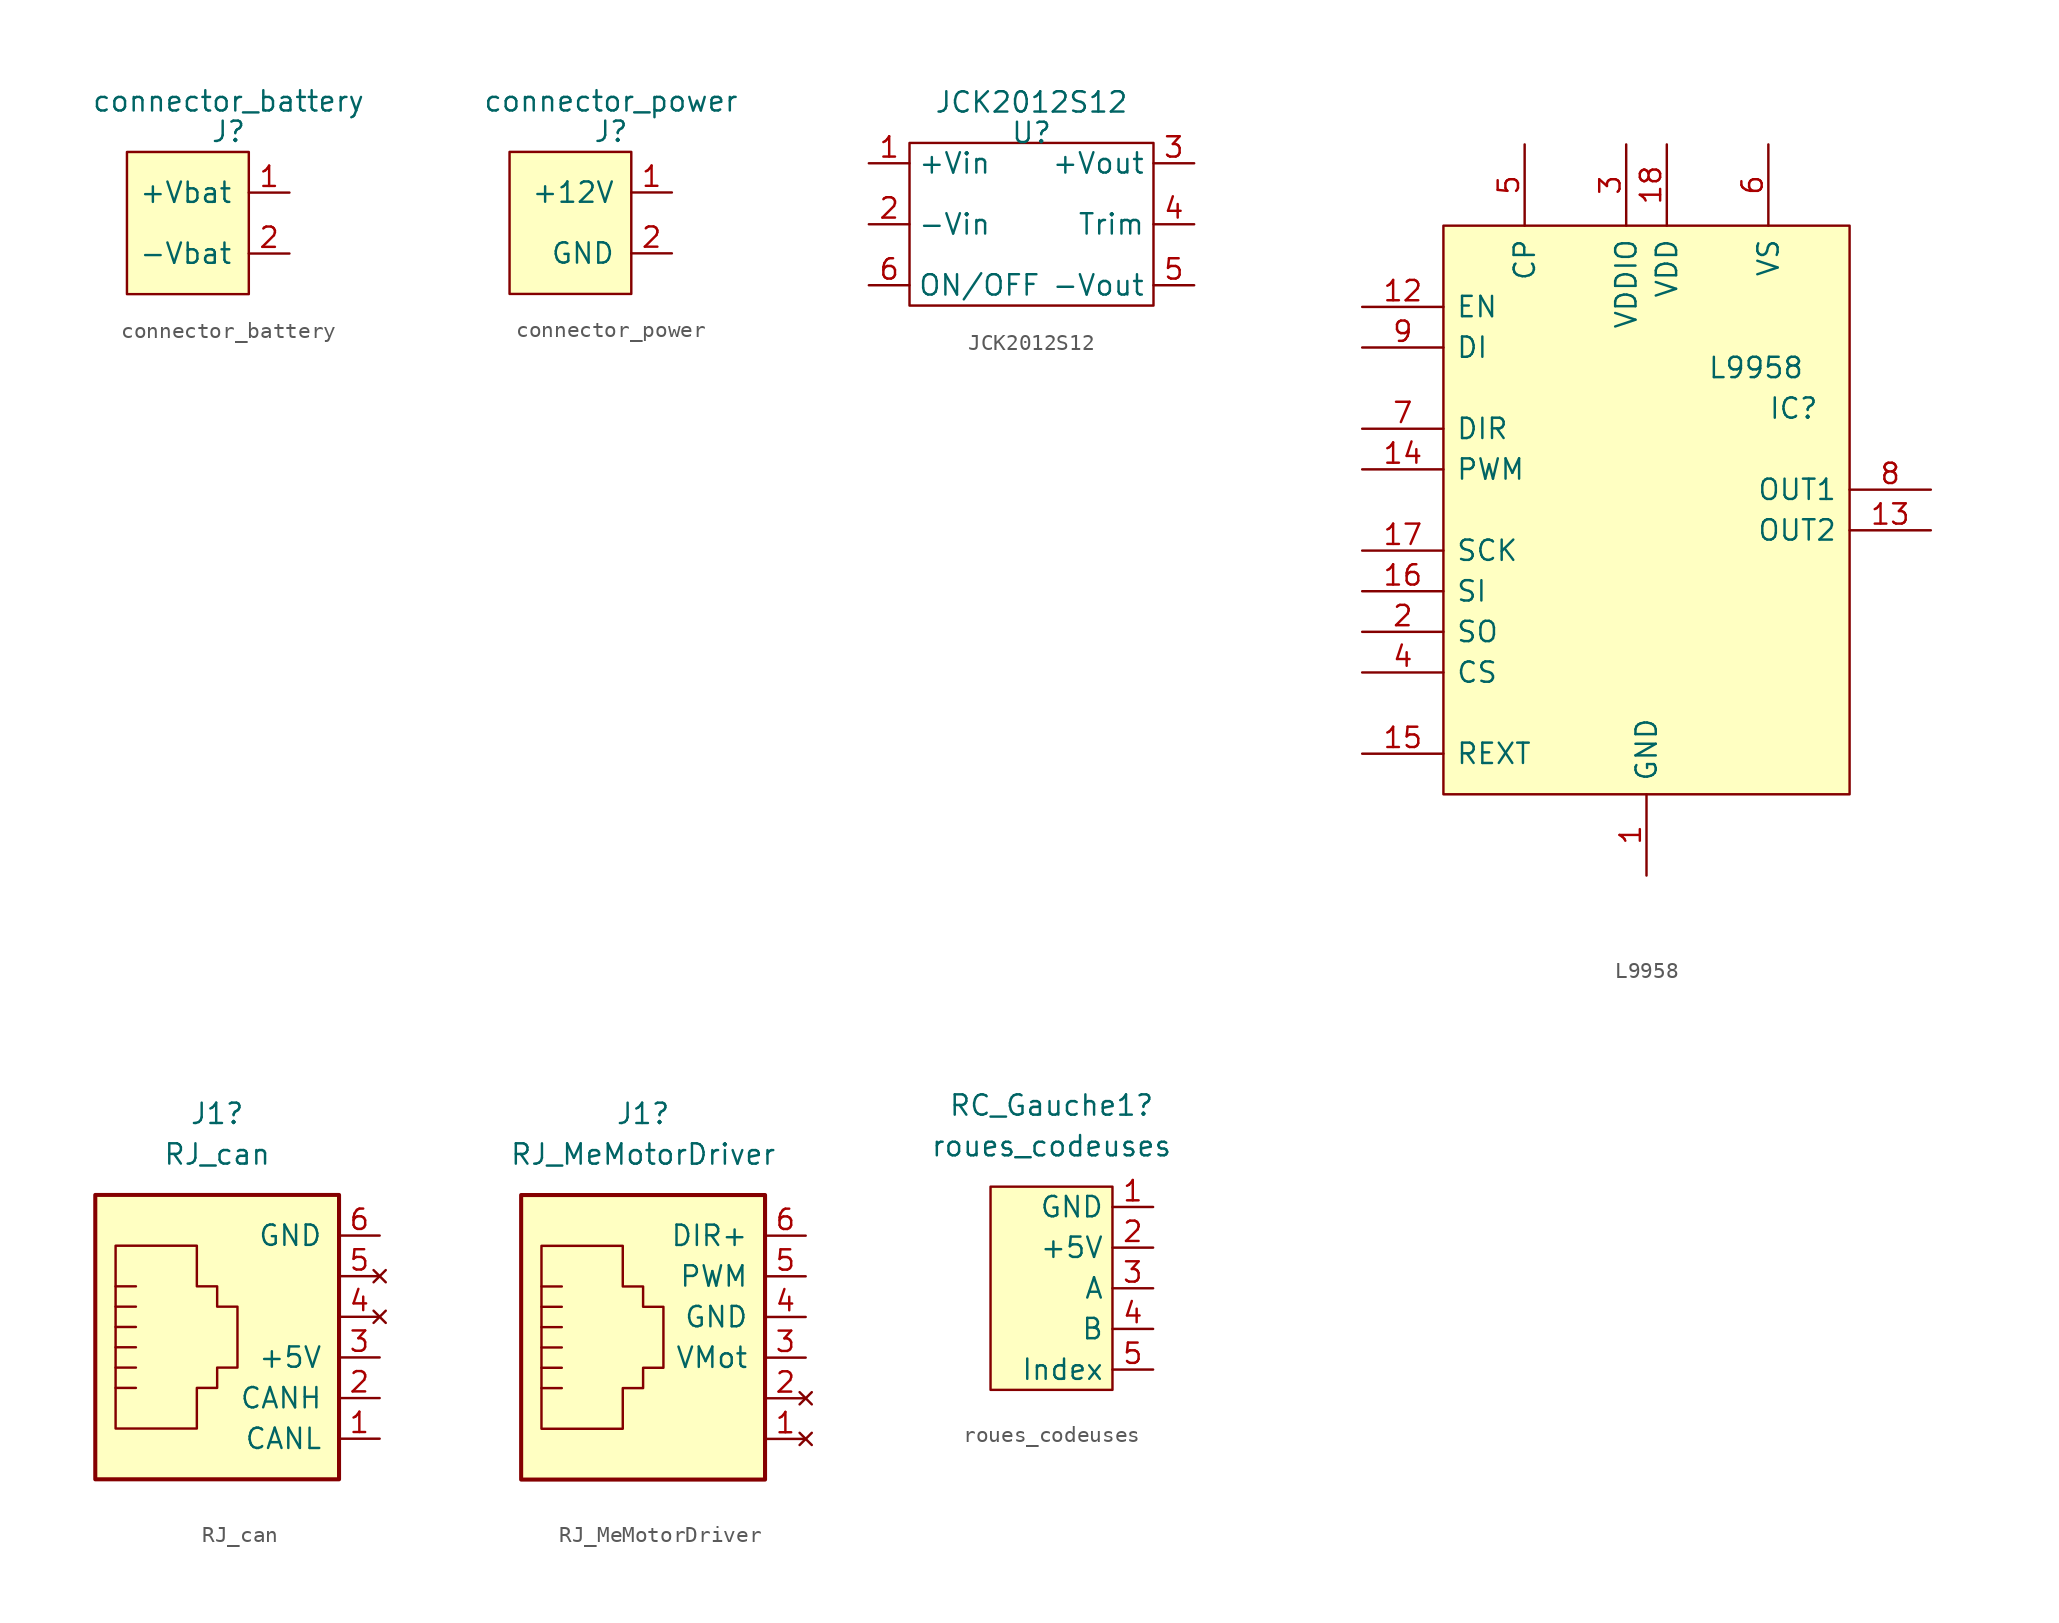
<source format=kicad_sym>
(kicad_symbol_lib
  (version 20211014)
  (generator kicad_symbol_editor)
  (symbol "connector_battery"
    (pin_names
      (offset 1))
    (property "Reference" "J"
      (at 0 0 0)
      (effects (font (size 1.27 1.27))))
    (property "Value" "connector_battery"
      (at 0 1.905 0)
      (effects (font (size 1.27 1.27))))
    (symbol "connector_battery_0_1"
      (rectangle (start -6.35 -1.27) (end 1.27 -10.16) (stroke (width 0) (type default) (color 0 0 0 0)) (fill (type background))))
    (symbol "connector_battery_1_1"
      (pin power_out line (at 3.81 -3.81 180) (length 2.54) (name "+Vbat" (effects (font (size 1.27 1.27)))) (number "1" (effects (font (size 1.27 1.27)))))
      (pin power_out line (at 3.81 -7.62 180) (length 2.54) (name "-Vbat" (effects (font (size 1.27 1.27)))) (number "2" (effects (font (size 1.27 1.27)))))))
  (symbol "connector_power"
    (pin_names
      (offset 1))
    (property "Reference" "J"
      (at 0 0 0)
      (effects (font (size 1.27 1.27))))
    (property "Value" "connector_power"
      (at 0 1.905 0)
      (effects (font (size 1.27 1.27))))
    (symbol "connector_power_0_1"
      (rectangle (start -6.35 -1.27) (end 1.27 -10.16) (stroke (width 0) (type default) (color 0 0 0 0)) (fill (type background))))
    (symbol "connector_power_1_1"
      (pin power_out line (at 3.81 -3.81 180) (length 2.54) (name "+12V" (effects (font (size 1.27 1.27)))) (number "1" (effects (font (size 1.27 1.27)))))
      (pin power_out line (at 3.81 -7.62 180) (length 2.54) (name "GND" (effects (font (size 1.27 1.27)))) (number "2" (effects (font (size 1.27 1.27)))))))
  (symbol "JCK2012S12"
    (property "Reference" "U"
      (at 0 5.715 0)
      (effects (font (size 1.27 1.27))))
    (property "Value" "JCK2012S12"
      (at 0 7.62 0)
      (effects (font (size 1.27 1.27))))
    (symbol "JCK2012S12_0_1"
      (rectangle (start -7.62 5.08) (end 7.62 -5.08) (stroke (width 0) (type default) (color 0 0 0 0)) (fill (type none))))
    (symbol "JCK2012S12_1_1"
      (pin power_in line (at -10.16 3.81 0) (length 2.54) (name "+Vin" (effects (font (size 1.27 1.27)))) (number "1" (effects (font (size 1.27 1.27)))))
      (pin power_in line (at -10.16 0 0) (length 2.54) (name "-Vin" (effects (font (size 1.27 1.27)))) (number "2" (effects (font (size 1.27 1.27)))))
      (pin power_out line (at 10.16 3.81 180) (length 2.54) (name "+Vout" (effects (font (size 1.27 1.27)))) (number "3" (effects (font (size 1.27 1.27)))))
      (pin bidirectional line (at 10.16 0 180) (length 2.54) (name "Trim" (effects (font (size 1.27 1.27)))) (number "4" (effects (font (size 1.27 1.27)))))
      (pin power_out line (at 10.16 -3.81 180) (length 2.54) (name "-Vout" (effects (font (size 1.27 1.27)))) (number "5" (effects (font (size 1.27 1.27)))))
      (pin bidirectional line (at -10.16 -3.81 0) (length 2.54) (name "ON/OFF" (effects (font (size 1.27 1.27)))) (number "6" (effects (font (size 1.27 1.27)))))))
  (symbol "L9958"
    (pin_names
      (offset 0.762))
    (property "Reference" "IC"
      (at 7.62 6.35 0)
      (effects (font (size 1.27 1.27)) (justify left)))
    (property "Value" "L9958"
      (at 3.81 8.89 0)
      (effects (font (size 1.27 1.27)) (justify left)))
    (symbol "L9958_0_0"
      (pin power_in line (at 0 -22.86 90) (length 5.08) (name "GND" (effects (font (size 1.27 1.27)))) (number "1" (effects (font (size 1.27 1.27)))))
      (pin passive line (at 0 -22.86 90) (length 5.08) hide (name "GND" (effects (font (size 1.27 1.27)))) (number "10" (effects (font (size 1.27 1.27)))))
      (pin passive line (at 0 -22.86 90) (length 5.08) hide (name "GND" (effects (font (size 1.27 1.27)))) (number "11" (effects (font (size 1.27 1.27)))))
      (pin input line (at -17.78 12.7 0) (length 5.08) (name "EN" (effects (font (size 1.27 1.27)))) (number "12" (effects (font (size 1.27 1.27)))))
      (pin output line (at 17.78 -1.27 180) (length 5.08) (name "OUT2" (effects (font (size 1.27 1.27)))) (number "13" (effects (font (size 1.27 1.27)))))
      (pin input line (at -17.78 2.54 0) (length 5.08) (name "PWM" (effects (font (size 1.27 1.27)))) (number "14" (effects (font (size 1.27 1.27)))))
      (pin passive line (at -17.78 -15.24 0) (length 5.08) (name "REXT" (effects (font (size 1.27 1.27)))) (number "15" (effects (font (size 1.27 1.27)))))
      (pin input line (at -17.78 -5.08 0) (length 5.08) (name "SI" (effects (font (size 1.27 1.27)))) (number "16" (effects (font (size 1.27 1.27)))))
      (pin input line (at -17.78 -2.54 0) (length 5.08) (name "SCK" (effects (font (size 1.27 1.27)))) (number "17" (effects (font (size 1.27 1.27)))))
      (pin power_in line (at 1.27 22.86 270) (length 5.08) (name "VDD" (effects (font (size 1.27 1.27)))) (number "18" (effects (font (size 1.27 1.27)))))
      (pin no_connect line (at 12.7 -10.16 180) (length 5.08) hide (name "N.C." (effects (font (size 1.27 1.27)))) (number "19" (effects (font (size 1.27 1.27)))))
      (pin output line (at -17.78 -7.62 0) (length 5.08) (name "SO" (effects (font (size 1.27 1.27)))) (number "2" (effects (font (size 1.27 1.27)))))
      (pin passive line (at 0 -22.86 90) (length 5.08) hide (name "GND" (effects (font (size 1.27 1.27)))) (number "20" (effects (font (size 1.27 1.27)))))
      (pin passive line (at 0 -22.86 90) (length 5.08) hide (name "EP" (effects (font (size 1.27 1.27)))) (number "21" (effects (font (size 1.27 1.27)))))
      (pin power_in line (at -1.27 22.86 270) (length 5.08) (name "VDDIO" (effects (font (size 1.27 1.27)))) (number "3" (effects (font (size 1.27 1.27)))))
      (pin input line (at -17.78 -10.16 0) (length 5.08) (name "CS" (effects (font (size 1.27 1.27)))) (number "4" (effects (font (size 1.27 1.27)))))
      (pin passive line (at -7.62 22.86 270) (length 5.08) (name "CP" (effects (font (size 1.27 1.27)))) (number "5" (effects (font (size 1.27 1.27)))))
      (pin power_in line (at 7.62 22.86 270) (length 5.08) (name "VS" (effects (font (size 1.27 1.27)))) (number "6" (effects (font (size 1.27 1.27)))))
      (pin input line (at -17.78 5.08 0) (length 5.08) (name "DIR" (effects (font (size 1.27 1.27)))) (number "7" (effects (font (size 1.27 1.27)))))
      (pin output line (at 17.78 1.27 180) (length 5.08) (name "OUT1" (effects (font (size 1.27 1.27)))) (number "8" (effects (font (size 1.27 1.27)))))
      (pin input line (at -17.78 10.16 0) (length 5.08) (name "DI" (effects (font (size 1.27 1.27)))) (number "9" (effects (font (size 1.27 1.27))))))
    (symbol "L9958_0_1"
      (polyline (pts (xy -12.7 17.78) (xy 12.7 17.78) (xy 12.7 -17.78) (xy -12.7 -17.78) (xy -12.7 17.78)) (stroke (width 0.152) (type default) (color 0 0 0 0)) (fill (type background)))))
  (symbol "RJ_can"
    (pin_names
      (offset 1.016))
    (property "Reference" "J1"
      (at 0 15.24 0)
      (effects (font (size 1.27 1.27))))
    (property "Value" "RJ_can"
      (at 0 12.7 0)
      (effects (font (size 1.27 1.27))))
    (symbol "RJ_can_0_1"
      (polyline (pts (xy -6.35 -1.905) (xy -5.08 -1.905) (xy -5.08 -1.905)) (stroke (width 0) (type default) (color 0 0 0 0)) (fill (type none)))
      (polyline (pts (xy -6.35 -0.635) (xy -5.08 -0.635) (xy -5.08 -0.635)) (stroke (width 0) (type default) (color 0 0 0 0)) (fill (type none)))
      (polyline (pts (xy -6.35 0.635) (xy -5.08 0.635) (xy -5.08 0.635)) (stroke (width 0) (type default) (color 0 0 0 0)) (fill (type none)))
      (polyline (pts (xy -6.35 1.905) (xy -5.08 1.905) (xy -5.08 1.905)) (stroke (width 0) (type default) (color 0 0 0 0)) (fill (type none)))
      (polyline (pts (xy -6.35 3.175) (xy -5.08 3.175) (xy -5.08 3.175)) (stroke (width 0) (type default) (color 0 0 0 0)) (fill (type none)))
      (polyline (pts (xy -5.08 4.445) (xy -6.35 4.445) (xy -6.35 4.445)) (stroke (width 0) (type default) (color 0 0 0 0)) (fill (type none)))
      (polyline (pts (xy -6.35 -4.445) (xy -6.35 6.985) (xy -1.27 6.985) (xy -1.27 4.445) (xy 0 4.445) (xy 0 3.175) (xy 1.27 3.175) (xy 1.27 -0.635) (xy 0 -0.635) (xy 0 -1.905) (xy -1.27 -1.905) (xy -1.27 -4.445) (xy -6.35 -4.445) (xy -6.35 -4.445)) (stroke (width 0) (type default) (color 0 0 0 0)) (fill (type none)))
      (rectangle (start 7.62 10.16) (end -7.62 -7.62) (stroke (width 0.254) (type default) (color 0 0 0 0)) (fill (type background))))
    (symbol "RJ_can_1_1"
      (pin bidirectional line (at 10.16 -5.08 180) (length 2.54) (name "CANL" (effects (font (size 1.27 1.27)))) (number "1" (effects (font (size 1.27 1.27)))))
      (pin passive line (at 10.16 -2.54 180) (length 2.54) (name "CANH" (effects (font (size 1.27 1.27)))) (number "2" (effects (font (size 1.27 1.27)))))
      (pin power_out line (at 10.16 0 180) (length 2.54) (name "+5V" (effects (font (size 1.27 1.27)))) (number "3" (effects (font (size 1.27 1.27)))) (alternate "+5V_IN" power_in line))
      (pin no_connect line (at 10.16 2.54 180) (length 2.54) (name "" (effects (font (size 1.27 1.27)))) (number "4" (effects (font (size 1.27 1.27)))))
      (pin no_connect line (at 10.16 5.08 180) (length 2.54) (name "~" (effects (font (size 1.27 1.27)))) (number "5" (effects (font (size 1.27 1.27)))))
      (pin power_out line (at 10.16 7.62 180) (length 2.54) (name "GND" (effects (font (size 1.27 1.27)))) (number "6" (effects (font (size 1.27 1.27)))) (alternate "GND_IN" power_in line))))
  (symbol "RJ_MeMotorDriver"
    (pin_names
      (offset 1.016))
    (property "Reference" "J1"
      (at 0 15.24 0)
      (effects (font (size 1.27 1.27))))
    (property "Value" "RJ_MeMotorDriver"
      (at 0 12.7 0)
      (effects (font (size 1.27 1.27))))
    (symbol "RJ_MeMotorDriver_0_1"
      (polyline (pts (xy -6.35 -1.905) (xy -5.08 -1.905) (xy -5.08 -1.905)) (stroke (width 0) (type default) (color 0 0 0 0)) (fill (type none)))
      (polyline (pts (xy -6.35 -0.635) (xy -5.08 -0.635) (xy -5.08 -0.635)) (stroke (width 0) (type default) (color 0 0 0 0)) (fill (type none)))
      (polyline (pts (xy -6.35 0.635) (xy -5.08 0.635) (xy -5.08 0.635)) (stroke (width 0) (type default) (color 0 0 0 0)) (fill (type none)))
      (polyline (pts (xy -6.35 1.905) (xy -5.08 1.905) (xy -5.08 1.905)) (stroke (width 0) (type default) (color 0 0 0 0)) (fill (type none)))
      (polyline (pts (xy -6.35 3.175) (xy -5.08 3.175) (xy -5.08 3.175)) (stroke (width 0) (type default) (color 0 0 0 0)) (fill (type none)))
      (polyline (pts (xy -5.08 4.445) (xy -6.35 4.445) (xy -6.35 4.445)) (stroke (width 0) (type default) (color 0 0 0 0)) (fill (type none)))
      (polyline (pts (xy -6.35 -4.445) (xy -6.35 6.985) (xy -1.27 6.985) (xy -1.27 4.445) (xy 0 4.445) (xy 0 3.175) (xy 1.27 3.175) (xy 1.27 -0.635) (xy 0 -0.635) (xy 0 -1.905) (xy -1.27 -1.905) (xy -1.27 -4.445) (xy -6.35 -4.445) (xy -6.35 -4.445)) (stroke (width 0) (type default) (color 0 0 0 0)) (fill (type none)))
      (rectangle (start 7.62 10.16) (end -7.62 -7.62) (stroke (width 0.254) (type default) (color 0 0 0 0)) (fill (type background))))
    (symbol "RJ_MeMotorDriver_1_1"
      (pin no_connect line (at 10.16 -5.08 180) (length 2.54) (name "" (effects (font (size 1.27 1.27)))) (number "1" (effects (font (size 1.27 1.27)))))
      (pin no_connect line (at 10.16 -2.54 180) (length 2.54) (name "" (effects (font (size 1.27 1.27)))) (number "2" (effects (font (size 1.27 1.27)))))
      (pin power_in line (at 10.16 0 180) (length 2.54) (name "VMot" (effects (font (size 1.27 1.27)))) (number "3" (effects (font (size 1.27 1.27)))))
      (pin power_in line (at 10.16 2.54 180) (length 2.54) (name "GND" (effects (font (size 1.27 1.27)))) (number "4" (effects (font (size 1.27 1.27)))))
      (pin input line (at 10.16 5.08 180) (length 2.54) (name "PWM" (effects (font (size 1.27 1.27)))) (number "5" (effects (font (size 1.27 1.27)))))
      (pin input line (at 10.16 7.62 180) (length 2.54) (name "DIR+" (effects (font (size 1.27 1.27)))) (number "6" (effects (font (size 1.27 1.27)))))))
  (symbol "roues_codeuses"
    (property "Reference" "RC_Gauche1"
      (at -6.35 3.81 0)
      (effects (font (size 1.27 1.27))))
    (property "Value" "roues_codeuses"
      (at -6.35 1.27 0)
      (effects (font (size 1.27 1.27))))
    (symbol "roues_codeuses_0_1"
      (rectangle (start -2.54 -1.27) (end -10.16 -13.97) (stroke (width 0) (type default) (color 0 0 0 0)) (fill (type background))))
    (symbol "roues_codeuses_1_1"
      (pin power_in line (at 0 -2.54 180) (length 2.54) (name "GND" (effects (font (size 1.27 1.27)))) (number "1" (effects (font (size 1.27 1.27)))))
      (pin power_in line (at 0 -5.08 180) (length 2.54) (name "+5V" (effects (font (size 1.27 1.27)))) (number "2" (effects (font (size 1.27 1.27)))))
      (pin output line (at 0 -7.62 180) (length 2.54) (name "A" (effects (font (size 1.27 1.27)))) (number "3" (effects (font (size 1.27 1.27)))))
      (pin output line (at 0 -10.16 180) (length 2.54) (name "B" (effects (font (size 1.27 1.27)))) (number "4" (effects (font (size 1.27 1.27)))))
      (pin output line (at 0 -12.7 180) (length 2.54) (name "Index" (effects (font (size 1.27 1.27)))) (number "5" (effects (font (size 1.27 1.27))))))))
</source>
